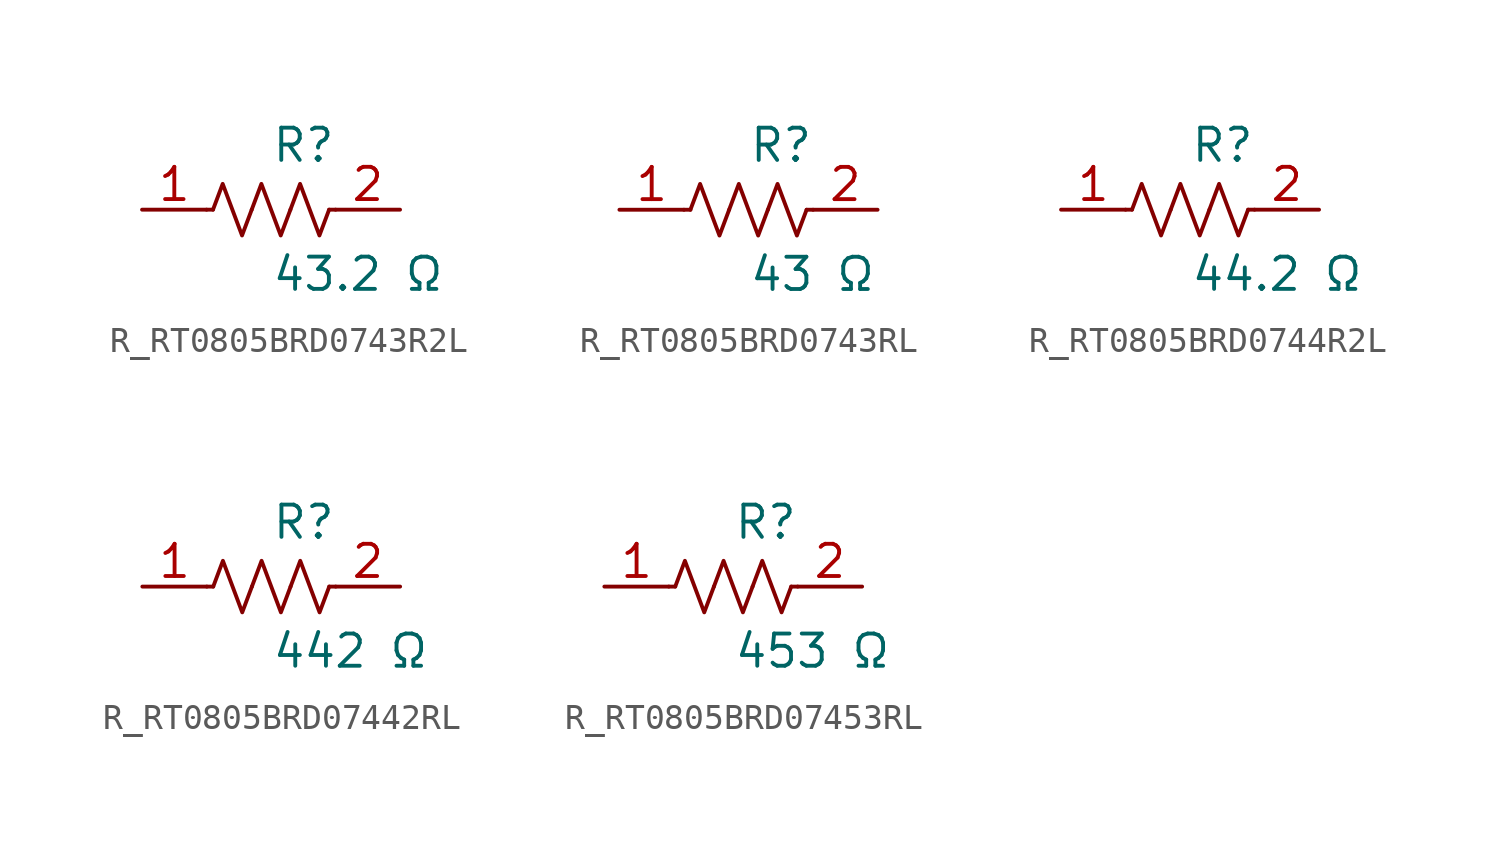
<source format=kicad_sym>
(kicad_symbol_lib
  (version 20231120)
  (generator kicad_symbol_editor)
  (generator_version 8.0)
  (symbol "R_RT0805BRD0743R2L"
    (pin_names
      (offset 0.254))
    (property "Reference" "R"
      (at 0.0 2.54 0)
      (effects (font (size 1.27 1.27)) (justify left)))
    (property "Value" "43.2 Ω"
      (at 0.0 -2.54 0)
      (effects (font (size 1.27 1.27)) (justify left)))
    (symbol "R_RT0805BRD0743R2L_0_1"
      (polyline (pts (xy 2.286 0) (xy 2.54 0)) (stroke (width 0) (type default)) (fill (type none)))
      (polyline (pts (xy -2.286 0) (xy -2.54 0)) (stroke (width 0) (type default)) (fill (type none)))
      (polyline (pts (xy 0.762 0) (xy 1.143 1.016) (xy 1.524 0) (xy 1.905 -1.016) (xy 2.286 0)) (stroke (width 0) (type default)) (fill (type none)))
      (polyline (pts (xy -0.762 0) (xy -0.381 1.016) (xy 0 0) (xy 0.381 -1.016) (xy 0.762 0)) (stroke (width 0) (type default)) (fill (type none)))
      (polyline (pts (xy -2.286 0) (xy -1.905 1.016) (xy -1.524 0) (xy -1.143 -1.016) (xy -0.762 0)) (stroke (width 0) (type default)) (fill (type none))))
    (pin unspecified line
      (at -5.08 0 0)
      (length 2.54)
      (name "" (effects (font (size 1.27 1.27))))
      (number "1" (effects (font (size 1.27 1.27)))))
    (pin unspecified line
      (at 5.08 0 180)
      (length 2.54)
      (name "" (effects (font (size 1.27 1.27))))
      (number "2" (effects (font (size 1.27 1.27))))))
  (symbol "R_RT0805BRD0743RL"
    (pin_names
      (offset 0.254))
    (property "Reference" "R"
      (at 0.0 2.54 0)
      (effects (font (size 1.27 1.27)) (justify left)))
    (property "Value" "43 Ω"
      (at 0.0 -2.54 0)
      (effects (font (size 1.27 1.27)) (justify left)))
    (symbol "R_RT0805BRD0743RL_0_1"
      (polyline (pts (xy 2.286 0) (xy 2.54 0)) (stroke (width 0) (type default)) (fill (type none)))
      (polyline (pts (xy -2.286 0) (xy -2.54 0)) (stroke (width 0) (type default)) (fill (type none)))
      (polyline (pts (xy 0.762 0) (xy 1.143 1.016) (xy 1.524 0) (xy 1.905 -1.016) (xy 2.286 0)) (stroke (width 0) (type default)) (fill (type none)))
      (polyline (pts (xy -0.762 0) (xy -0.381 1.016) (xy 0 0) (xy 0.381 -1.016) (xy 0.762 0)) (stroke (width 0) (type default)) (fill (type none)))
      (polyline (pts (xy -2.286 0) (xy -1.905 1.016) (xy -1.524 0) (xy -1.143 -1.016) (xy -0.762 0)) (stroke (width 0) (type default)) (fill (type none))))
    (pin unspecified line
      (at -5.08 0 0)
      (length 2.54)
      (name "" (effects (font (size 1.27 1.27))))
      (number "1" (effects (font (size 1.27 1.27)))))
    (pin unspecified line
      (at 5.08 0 180)
      (length 2.54)
      (name "" (effects (font (size 1.27 1.27))))
      (number "2" (effects (font (size 1.27 1.27))))))
  (symbol "R_RT0805BRD0744R2L"
    (pin_names
      (offset 0.254))
    (property "Reference" "R"
      (at 0.0 2.54 0)
      (effects (font (size 1.27 1.27)) (justify left)))
    (property "Value" "44.2 Ω"
      (at 0.0 -2.54 0)
      (effects (font (size 1.27 1.27)) (justify left)))
    (symbol "R_RT0805BRD0744R2L_0_1"
      (polyline (pts (xy 2.286 0) (xy 2.54 0)) (stroke (width 0) (type default)) (fill (type none)))
      (polyline (pts (xy -2.286 0) (xy -2.54 0)) (stroke (width 0) (type default)) (fill (type none)))
      (polyline (pts (xy 0.762 0) (xy 1.143 1.016) (xy 1.524 0) (xy 1.905 -1.016) (xy 2.286 0)) (stroke (width 0) (type default)) (fill (type none)))
      (polyline (pts (xy -0.762 0) (xy -0.381 1.016) (xy 0 0) (xy 0.381 -1.016) (xy 0.762 0)) (stroke (width 0) (type default)) (fill (type none)))
      (polyline (pts (xy -2.286 0) (xy -1.905 1.016) (xy -1.524 0) (xy -1.143 -1.016) (xy -0.762 0)) (stroke (width 0) (type default)) (fill (type none))))
    (pin unspecified line
      (at -5.08 0 0)
      (length 2.54)
      (name "" (effects (font (size 1.27 1.27))))
      (number "1" (effects (font (size 1.27 1.27)))))
    (pin unspecified line
      (at 5.08 0 180)
      (length 2.54)
      (name "" (effects (font (size 1.27 1.27))))
      (number "2" (effects (font (size 1.27 1.27))))))
  (symbol "R_RT0805BRD07442RL"
    (pin_names
      (offset 0.254))
    (property "Reference" "R"
      (at 0.0 2.54 0)
      (effects (font (size 1.27 1.27)) (justify left)))
    (property "Value" "442 Ω"
      (at 0.0 -2.54 0)
      (effects (font (size 1.27 1.27)) (justify left)))
    (symbol "R_RT0805BRD07442RL_0_1"
      (polyline (pts (xy 2.286 0) (xy 2.54 0)) (stroke (width 0) (type default)) (fill (type none)))
      (polyline (pts (xy -2.286 0) (xy -2.54 0)) (stroke (width 0) (type default)) (fill (type none)))
      (polyline (pts (xy 0.762 0) (xy 1.143 1.016) (xy 1.524 0) (xy 1.905 -1.016) (xy 2.286 0)) (stroke (width 0) (type default)) (fill (type none)))
      (polyline (pts (xy -0.762 0) (xy -0.381 1.016) (xy 0 0) (xy 0.381 -1.016) (xy 0.762 0)) (stroke (width 0) (type default)) (fill (type none)))
      (polyline (pts (xy -2.286 0) (xy -1.905 1.016) (xy -1.524 0) (xy -1.143 -1.016) (xy -0.762 0)) (stroke (width 0) (type default)) (fill (type none))))
    (pin unspecified line
      (at -5.08 0 0)
      (length 2.54)
      (name "" (effects (font (size 1.27 1.27))))
      (number "1" (effects (font (size 1.27 1.27)))))
    (pin unspecified line
      (at 5.08 0 180)
      (length 2.54)
      (name "" (effects (font (size 1.27 1.27))))
      (number "2" (effects (font (size 1.27 1.27))))))
  (symbol "R_RT0805BRD07453RL"
    (pin_names
      (offset 0.254))
    (property "Reference" "R"
      (at 0.0 2.54 0)
      (effects (font (size 1.27 1.27)) (justify left)))
    (property "Value" "453 Ω"
      (at 0.0 -2.54 0)
      (effects (font (size 1.27 1.27)) (justify left)))
    (symbol "R_RT0805BRD07453RL_0_1"
      (polyline (pts (xy 2.286 0) (xy 2.54 0)) (stroke (width 0) (type default)) (fill (type none)))
      (polyline (pts (xy -2.286 0) (xy -2.54 0)) (stroke (width 0) (type default)) (fill (type none)))
      (polyline (pts (xy 0.762 0) (xy 1.143 1.016) (xy 1.524 0) (xy 1.905 -1.016) (xy 2.286 0)) (stroke (width 0) (type default)) (fill (type none)))
      (polyline (pts (xy -0.762 0) (xy -0.381 1.016) (xy 0 0) (xy 0.381 -1.016) (xy 0.762 0)) (stroke (width 0) (type default)) (fill (type none)))
      (polyline (pts (xy -2.286 0) (xy -1.905 1.016) (xy -1.524 0) (xy -1.143 -1.016) (xy -0.762 0)) (stroke (width 0) (type default)) (fill (type none))))
    (pin unspecified line
      (at -5.08 0 0)
      (length 2.54)
      (name "" (effects (font (size 1.27 1.27))))
      (number "1" (effects (font (size 1.27 1.27)))))
    (pin unspecified line
      (at 5.08 0 180)
      (length 2.54)
      (name "" (effects (font (size 1.27 1.27))))
      (number "2" (effects (font (size 1.27 1.27)))))))
</source>
